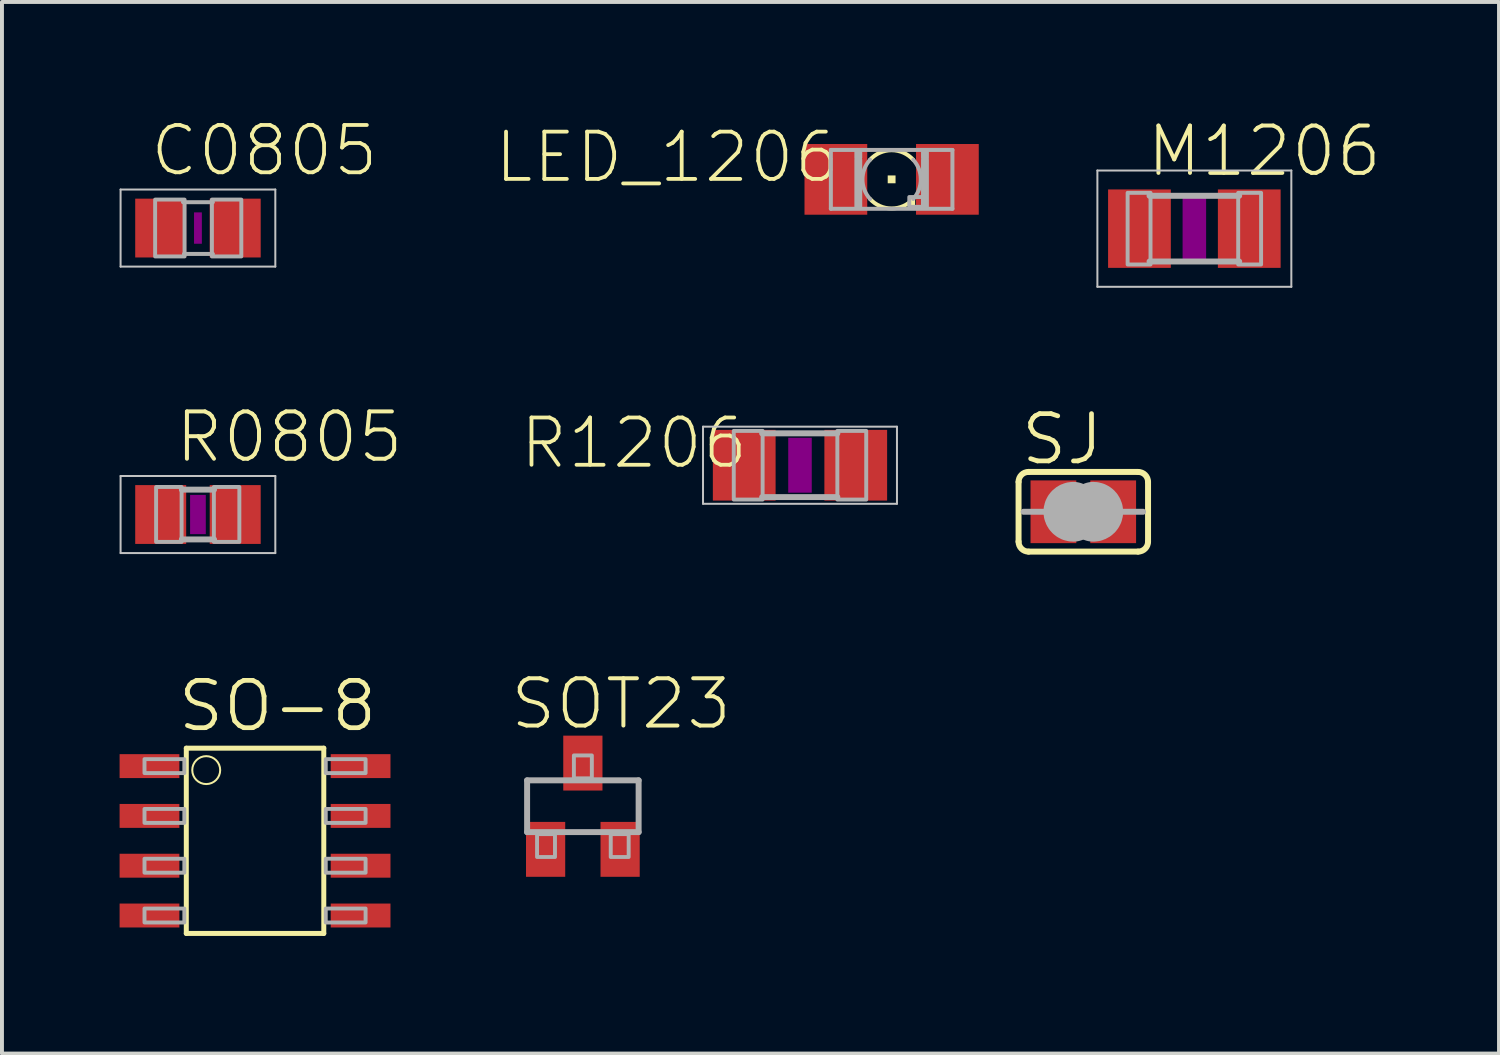
<source format=kicad_pcb>
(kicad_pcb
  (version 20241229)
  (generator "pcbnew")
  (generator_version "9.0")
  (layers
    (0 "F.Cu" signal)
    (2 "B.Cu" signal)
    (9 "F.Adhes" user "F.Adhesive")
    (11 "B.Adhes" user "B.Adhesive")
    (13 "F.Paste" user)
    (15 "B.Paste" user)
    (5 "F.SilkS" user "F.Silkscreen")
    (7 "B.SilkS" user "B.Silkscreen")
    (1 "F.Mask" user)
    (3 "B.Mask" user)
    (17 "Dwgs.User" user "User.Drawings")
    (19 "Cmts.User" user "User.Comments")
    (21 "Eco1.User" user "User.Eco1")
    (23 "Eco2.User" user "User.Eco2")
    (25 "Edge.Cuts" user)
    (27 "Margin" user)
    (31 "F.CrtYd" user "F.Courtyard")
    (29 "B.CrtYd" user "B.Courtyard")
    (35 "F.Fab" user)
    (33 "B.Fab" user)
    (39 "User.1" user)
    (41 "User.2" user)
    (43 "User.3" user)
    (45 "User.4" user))
  (footprint "SO-8"
    (layer "F.Cu")
    (at 3.454 18.392)
    (property "Reference" "SO-8" (at -2.032 -2.731 0) (layer "F.SilkS") (effects (font (size 1.206 1.206) (thickness 0.121)) (justify left bottom)))
    (attr through_hole)
    (fp_line (start -1.753 -2.362) (end -1.753 2.362) (stroke (width 0.127) (type solid)) (layer "F.SilkS"))
    (fp_line (start -1.753 2.362) (end 1.753 2.362) (stroke (width 0.127) (type solid)) (layer "F.SilkS"))
    (fp_line (start 1.753 -2.362) (end -1.753 -2.362) (stroke (width 0.127) (type solid)) (layer "F.SilkS"))
    (fp_line (start 1.753 2.362) (end 1.753 -2.362) (stroke (width 0.127) (type solid)) (layer "F.SilkS"))
    (fp_circle (center -1.245 -1.803) (end -0.889 -1.803) (stroke (width 0.051) (type solid)) (fill no) (layer "F.SilkS"))
    (fp_poly (pts (xy -2.819 -1.727) (xy -1.803 -1.727) (xy -1.803 -2.083) (xy -2.819 -2.083)) (stroke (width 0.1) (type solid)) (fill no) (layer "F.Fab"))
    (fp_poly (pts (xy -2.819 -0.457) (xy -1.803 -0.457) (xy -1.803 -0.813) (xy -2.819 -0.813)) (stroke (width 0.1) (type solid)) (fill no) (layer "F.Fab"))
    (fp_poly (pts (xy -2.819 0.813) (xy -1.803 0.813) (xy -1.803 0.457) (xy -2.819 0.457)) (stroke (width 0.1) (type solid)) (fill no) (layer "F.Fab"))
    (fp_poly (pts (xy -2.819 2.083) (xy -1.803 2.083) (xy -1.803 1.727) (xy -2.819 1.727)) (stroke (width 0.1) (type solid)) (fill no) (layer "F.Fab"))
    (fp_poly (pts (xy 1.803 -1.727) (xy 2.819 -1.727) (xy 2.819 -2.083) (xy 1.803 -2.083)) (stroke (width 0.1) (type solid)) (fill no) (layer "F.Fab"))
    (fp_poly (pts (xy 1.803 -0.457) (xy 2.819 -0.457) (xy 2.819 -0.813) (xy 1.803 -0.813)) (stroke (width 0.1) (type solid)) (fill no) (layer "F.Fab"))
    (fp_poly (pts (xy 1.803 0.813) (xy 2.819 0.813) (xy 2.819 0.457) (xy 1.803 0.457)) (stroke (width 0.1) (type solid)) (fill no) (layer "F.Fab"))
    (fp_poly (pts (xy 1.803 2.083) (xy 2.819 2.083) (xy 2.819 1.727) (xy 1.803 1.727)) (stroke (width 0.1) (type solid)) (fill no) (layer "F.Fab"))
    (pad "1" smd rect (at -2.692 -1.905) (size 1.524 0.61) (layers "F.Cu" "F.Mask" "F.Paste"))
    (pad "2" smd rect (at -2.692 -0.635) (size 1.524 0.61) (layers "F.Cu" "F.Mask" "F.Paste"))
    (pad "3" smd rect (at -2.692 0.635) (size 1.524 0.61) (layers "F.Cu" "F.Mask" "F.Paste"))
    (pad "4" smd rect (at -2.692 1.905) (size 1.524 0.61) (layers "F.Cu" "F.Mask" "F.Paste"))
    (pad "5" smd rect (at 2.692 1.905) (size 1.524 0.61) (layers "F.Cu" "F.Mask" "F.Paste"))
    (pad "6" smd rect (at 2.692 0.635) (size 1.524 0.61) (layers "F.Cu" "F.Mask" "F.Paste"))
    (pad "7" smd rect (at 2.692 -0.635) (size 1.524 0.61) (layers "F.Cu" "F.Mask" "F.Paste"))
    (pad "8" smd rect (at 2.692 -1.905) (size 1.524 0.61) (layers "F.Cu" "F.Mask" "F.Paste")))
  (footprint "SJ"
    (layer "F.Cu")
    (at 24.576 10.001)
    (property "Reference" "SJ" (at -1.651 -1.143 0) (layer "F.SilkS") (effects (font (size 1.206 1.206) (thickness 0.121)) (justify left bottom)))
    (attr through_hole)
    (fp_poly (pts (xy -0.076 0.914) (xy 0.076 0.914) (xy 0.076 -0.914) (xy -0.076 -0.914)) (stroke (width 0) (type solid)) (fill yes) (layer "F.Mask"))
    (fp_line (start -1.651 0.762) (end -1.651 -0.762) (stroke (width 0.152) (type solid)) (layer "F.SilkS"))
    (fp_line (start -1.397 -1.016) (end 1.397 -1.016) (stroke (width 0.152) (type solid)) (layer "F.SilkS"))
    (fp_line (start 1.397 1.016) (end -1.397 1.016) (stroke (width 0.152) (type solid)) (layer "F.SilkS"))
    (fp_line (start 1.651 0.762) (end 1.651 -0.762) (stroke (width 0.152) (type solid)) (layer "F.SilkS"))
    (fp_arc (start -1.651 -0.762) (mid -1.576605 -0.941605) (end -1.397 -1.016) (stroke (width 0.1524) (type solid)) (layer "F.SilkS"))
    (fp_arc (start -1.397 1.016) (mid -1.576605 0.941605) (end -1.651 0.762) (stroke (width 0.1524) (type solid)) (layer "F.SilkS"))
    (fp_arc (start 1.397 -1.016) (mid 1.576605 -0.941605) (end 1.651 -0.762) (stroke (width 0.1524) (type solid)) (layer "F.SilkS"))
    (fp_arc (start 1.651 0.762) (mid 1.576605 0.941605) (end 1.397 1.016) (stroke (width 0.1524) (type solid)) (layer "F.SilkS"))
    (fp_line (start -1.016 0) (end -1.524 0) (stroke (width 0.152) (type solid)) (layer "F.Fab"))
    (fp_line (start 1.016 0) (end 1.524 0) (stroke (width 0.152) (type solid)) (layer "F.Fab"))
    (fp_arc (start -0.254 0.127) (mid -0.381 0) (end -0.254 -0.127) (stroke (width 1.27) (type solid)) (layer "F.Fab"))
    (fp_arc (start 0.254 -0.127) (mid 0.381 0) (end 0.254 0.127) (stroke (width 1.27) (type solid)) (layer "F.Fab"))
    (pad "1" smd rect (at -0.762 0) (size 1.168 1.6) (layers "F.Cu" "F.Mask" "F.Paste"))
    (pad "2" smd rect (at 0.762 0) (size 1.168 1.6) (layers "F.Cu" "F.Mask" "F.Paste")))
  (footprint "SOT23"
    (layer "F.Cu")
    (at 11.814 17.51)
    (property "Reference" "SOT23" (at -1.905 -1.905 0) (layer "F.SilkS") (effects (font (size 1.206 1.206) (thickness 0.102)) (justify left bottom)))
    (attr through_hole)
    (fp_line (start -1.422 -0.66) (end 1.422 -0.66) (stroke (width 0.152) (type solid)) (layer "F.Fab"))
    (fp_line (start -1.422 0.66) (end -1.422 -0.66) (stroke (width 0.152) (type solid)) (layer "F.Fab"))
    (fp_line (start 1.422 -0.66) (end 1.422 0.66) (stroke (width 0.152) (type solid)) (layer "F.Fab"))
    (fp_line (start 1.422 0.66) (end -1.422 0.66) (stroke (width 0.152) (type solid)) (layer "F.Fab"))
    (fp_poly (pts (xy -1.168 1.295) (xy -0.711 1.295) (xy -0.711 0.711) (xy -1.168 0.711)) (stroke (width 0.1) (type solid)) (fill no) (layer "F.Fab"))
    (fp_poly (pts (xy -0.229 -0.711) (xy 0.229 -0.711) (xy 0.229 -1.295) (xy -0.229 -1.295)) (stroke (width 0.1) (type solid)) (fill no) (layer "F.Fab"))
    (fp_poly (pts (xy 0.711 1.295) (xy 1.168 1.295) (xy 1.168 0.711) (xy 0.711 0.711)) (stroke (width 0.1) (type solid)) (fill no) (layer "F.Fab"))
    (pad "1" smd rect (at -0.95 1.1) (size 1 1.4) (layers "F.Cu" "F.Mask" "F.Paste"))
    (pad "2" smd rect (at 0.95 1.1) (size 1 1.4) (layers "F.Cu" "F.Mask" "F.Paste"))
    (pad "3" smd rect (at 0 -1.1) (size 1 1.4) (layers "F.Cu" "F.Mask" "F.Paste")))
  (footprint "R0805"
    (layer "F.Cu")
    (at 1.998 10.071)
    (property "Reference" "R0805" (at -0.635 -1.27 0) (layer "F.SilkS") (effects (font (size 1.206 1.206) (thickness 0.102)) (justify left bottom)))
    (attr through_hole)
    (fp_poly (pts (xy -0.2 0.5) (xy 0.2 0.5) (xy 0.2 -0.5) (xy -0.2 -0.5)) (stroke (width 0) (type solid)) (fill yes) (layer "F.Adhes"))
    (fp_line (start -1.973 -0.983) (end 1.973 -0.983) (stroke (width 0.051) (type solid)) (layer "Dwgs.User"))
    (fp_line (start -1.973 0.983) (end -1.973 -0.983) (stroke (width 0.051) (type solid)) (layer "Dwgs.User"))
    (fp_line (start 1.973 -0.983) (end 1.973 0.983) (stroke (width 0.051) (type solid)) (layer "Dwgs.User"))
    (fp_line (start 1.973 0.983) (end -1.973 0.983) (stroke (width 0.051) (type solid)) (layer "Dwgs.User"))
    (fp_line (start -0.41 -0.635) (end 0.41 -0.635) (stroke (width 0.152) (type solid)) (layer "F.Fab"))
    (fp_line (start -0.41 0.635) (end 0.41 0.635) (stroke (width 0.152) (type solid)) (layer "F.Fab"))
    (fp_poly (pts (xy -1.067 0.699) (xy -0.417 0.699) (xy -0.417 -0.702) (xy -1.067 -0.702)) (stroke (width 0.1) (type solid)) (fill no) (layer "F.Fab"))
    (fp_poly (pts (xy 0.406 0.699) (xy 1.056 0.699) (xy 1.056 -0.702) (xy 0.406 -0.702)) (stroke (width 0.1) (type solid)) (fill no) (layer "F.Fab"))
    (pad "1" smd rect (at -0.95 0) (size 1.3 1.5) (layers "F.Cu" "F.Mask" "F.Paste"))
    (pad "2" smd rect (at 0.95 0) (size 1.3 1.5) (layers "F.Cu" "F.Mask" "F.Paste")))
  (footprint "LED_1206"
    (layer "F.Cu")
    (at 19.688 1.524)
    (property "Reference" "LED_1206" (at -1.27 -1.27 180) (layer "F.SilkS") (effects (font (size 1.206 1.206) (thickness 0.097)) (justify right top)))
    (attr through_hole)
    (fp_arc (start -0.55 -0.5) (mid 0 -0.743303) (end 0.55 -0.5) (stroke (width 0.1016) (type solid)) (layer "F.SilkS"))
    (fp_arc (start 0.55 0.5) (mid 0 0.743303) (end -0.55 0.5) (stroke (width 0.1016) (type solid)) (layer "F.SilkS"))
    (fp_poly (pts (xy -0.1 0.1) (xy 0.1 0.1) (xy 0.1 -0.1) (xy -0.1 -0.1)) (stroke (width 0) (type solid)) (fill yes) (layer "F.SilkS"))
    (fp_poly (pts (xy 0.45 0.7) (xy 0.6 0.7) (xy 0.6 0.45) (xy 0.45 0.45)) (stroke (width 0) (type solid)) (fill yes) (layer "F.SilkS"))
    (fp_line (start -1.55 -0.75) (end 1.55 -0.75) (stroke (width 0.102) (type solid)) (layer "F.Fab"))
    (fp_line (start -1.55 0.75) (end -1.55 -0.75) (stroke (width 0.102) (type solid)) (layer "F.Fab"))
    (fp_line (start 1.55 -0.75) (end 1.55 0.75) (stroke (width 0.102) (type solid)) (layer "F.Fab"))
    (fp_line (start 1.55 0.75) (end -1.55 0.75) (stroke (width 0.102) (type solid)) (layer "F.Fab"))
    (fp_arc (start -0.55 0.5) (mid -0.743303 0) (end -0.55 -0.5) (stroke (width 0.1016) (type solid)) (layer "F.Fab"))
    (fp_arc (start 0.55 -0.5) (mid 0.743303 0) (end 0.55 0.5) (stroke (width 0.1016) (type solid)) (layer "F.Fab"))
    (fp_poly (pts (xy -0.9 -0.55) (xy -0.8 -0.55) (xy -0.8 -0.7) (xy -0.9 -0.7)) (stroke (width 0.1) (type solid)) (fill no) (layer "F.Fab"))
    (fp_poly (pts (xy -0.9 0.7) (xy -0.8 0.7) (xy -0.8 -0.5) (xy -0.9 -0.5)) (stroke (width 0.1) (type solid)) (fill no) (layer "F.Fab"))
    (fp_poly (pts (xy 0.45 0.7) (xy 0.8 0.7) (xy 0.8 0.45) (xy 0.45 0.45)) (stroke (width 0.1) (type solid)) (fill no) (layer "F.Fab"))
    (fp_poly (pts (xy 0.8 -0.55) (xy 0.9 -0.55) (xy 0.9 -0.7) (xy 0.8 -0.7)) (stroke (width 0.1) (type solid)) (fill no) (layer "F.Fab"))
    (fp_poly (pts (xy 0.8 0.7) (xy 0.9 0.7) (xy 0.9 -0.5) (xy 0.8 -0.5)) (stroke (width 0.1) (type solid)) (fill no) (layer "F.Fab"))
    (pad "A" smd rect (at -1.422 0) (size 1.6 1.803) (layers "F.Cu" "F.Mask" "F.Paste"))
    (pad "C" smd rect (at 1.422 0) (size 1.6 1.803) (layers "F.Cu" "F.Mask" "F.Paste")))
  (footprint "R1206"
    (layer "F.Cu")
    (at 17.351 8.814)
    (property "Reference" "R1206" (at -1.27 -1.27 0) (layer "F.SilkS") (effects (font (size 1.206 1.206) (thickness 0.097)) (justify right top)))
    (attr through_hole)
    (fp_poly (pts (xy -0.3 0.7) (xy 0.3 0.7) (xy 0.3 -0.7) (xy -0.3 -0.7)) (stroke (width 0) (type solid)) (fill yes) (layer "F.Adhes"))
    (fp_line (start -2.473 -0.983) (end 2.473 -0.983) (stroke (width 0.051) (type solid)) (layer "Dwgs.User"))
    (fp_line (start -2.473 0.983) (end -2.473 -0.983) (stroke (width 0.051) (type solid)) (layer "Dwgs.User"))
    (fp_line (start 2.473 -0.983) (end 2.473 0.983) (stroke (width 0.051) (type solid)) (layer "Dwgs.User"))
    (fp_line (start 2.473 0.983) (end -2.473 0.983) (stroke (width 0.051) (type solid)) (layer "Dwgs.User"))
    (fp_line (start 0.953 -0.813) (end -0.965 -0.813) (stroke (width 0.152) (type solid)) (layer "F.Fab"))
    (fp_line (start 0.953 0.813) (end -0.965 0.813) (stroke (width 0.152) (type solid)) (layer "F.Fab"))
    (fp_poly (pts (xy -1.689 0.876) (xy -0.953 0.876) (xy -0.953 -0.876) (xy -1.689 -0.876)) (stroke (width 0.1) (type solid)) (fill no) (layer "F.Fab"))
    (fp_poly (pts (xy 0.953 0.876) (xy 1.689 0.876) (xy 1.689 -0.876) (xy 0.953 -0.876)) (stroke (width 0.1) (type solid)) (fill no) (layer "F.Fab"))
    (pad "1" smd rect (at -1.422 0) (size 1.6 1.803) (layers "F.Cu" "F.Mask" "F.Paste"))
    (pad "2" smd rect (at 1.422 0) (size 1.6 1.803) (layers "F.Cu" "F.Mask" "F.Paste")))
  (footprint "C0805"
    (layer "F.Cu")
    (at 1.998 2.766)
    (property "Reference" "C0805" (at -1.27 -1.27 0) (layer "F.SilkS") (effects (font (size 1.206 1.206) (thickness 0.097)) (justify left bottom)))
    (attr through_hole)
    (fp_poly (pts (xy -0.1 0.4) (xy 0.1 0.4) (xy 0.1 -0.4) (xy -0.1 -0.4)) (stroke (width 0) (type solid)) (fill yes) (layer "F.Adhes"))
    (fp_line (start -1.973 -0.983) (end 1.973 -0.983) (stroke (width 0.051) (type solid)) (layer "Dwgs.User"))
    (fp_line (start -1.973 0.983) (end -1.973 -0.983) (stroke (width 0.051) (type solid)) (layer "Dwgs.User"))
    (fp_line (start 1.973 -0.983) (end 1.973 0.983) (stroke (width 0.051) (type solid)) (layer "Dwgs.User"))
    (fp_line (start 1.973 0.983) (end -1.973 0.983) (stroke (width 0.051) (type solid)) (layer "Dwgs.User"))
    (fp_line (start -0.381 -0.66) (end 0.381 -0.66) (stroke (width 0.102) (type solid)) (layer "F.Fab"))
    (fp_line (start -0.356 0.66) (end 0.381 0.66) (stroke (width 0.102) (type solid)) (layer "F.Fab"))
    (fp_poly (pts (xy -1.092 0.724) (xy -0.342 0.724) (xy -0.342 -0.726) (xy -1.092 -0.726)) (stroke (width 0.1) (type solid)) (fill no) (layer "F.Fab"))
    (fp_poly (pts (xy 0.356 0.724) (xy 1.106 0.724) (xy 1.106 -0.726) (xy 0.356 -0.726)) (stroke (width 0.1) (type solid)) (fill no) (layer "F.Fab"))
    (pad "1" smd rect (at -0.95 0) (size 1.3 1.5) (layers "F.Cu" "F.Mask" "F.Paste"))
    (pad "2" smd rect (at 0.95 0) (size 1.3 1.5) (layers "F.Cu" "F.Mask" "F.Paste")))
  (footprint "M1206"
    (layer "F.Cu")
    (at 27.408 2.781)
    (property "Reference" "M1206" (at -1.27 -1.27 0) (layer "F.SilkS") (effects (font (size 1.206 1.206) (thickness 0.102)) (justify left bottom)))
    (attr through_hole)
    (fp_poly (pts (xy -0.3 0.8) (xy 0.3 0.8) (xy 0.3 -0.8) (xy -0.3 -0.8)) (stroke (width 0) (type solid)) (fill yes) (layer "F.Adhes"))
    (fp_line (start -2.473 -1.483) (end 2.473 -1.483) (stroke (width 0.051) (type solid)) (layer "Dwgs.User"))
    (fp_line (start -2.473 1.483) (end -2.473 -1.483) (stroke (width 0.051) (type solid)) (layer "Dwgs.User"))
    (fp_line (start 2.473 -1.483) (end 2.473 1.483) (stroke (width 0.051) (type solid)) (layer "Dwgs.User"))
    (fp_line (start 2.473 1.483) (end -2.473 1.483) (stroke (width 0.051) (type solid)) (layer "Dwgs.User"))
    (fp_line (start 1.143 -0.838) (end -1.143 -0.838) (stroke (width 0.152) (type solid)) (layer "F.Fab"))
    (fp_line (start 1.143 0.838) (end -1.143 0.838) (stroke (width 0.152) (type solid)) (layer "F.Fab"))
    (fp_poly (pts (xy -1.702 0.914) (xy -1.118 0.914) (xy -1.118 -0.914) (xy -1.702 -0.914)) (stroke (width 0.1) (type solid)) (fill no) (layer "F.Fab"))
    (fp_poly (pts (xy 1.118 0.914) (xy 1.702 0.914) (xy 1.702 -0.914) (xy 1.118 -0.914)) (stroke (width 0.1) (type solid)) (fill no) (layer "F.Fab"))
    (pad "1" smd rect (at -1.4 0) (size 1.6 2) (layers "F.Cu" "F.Mask" "F.Paste"))
    (pad "2" smd rect (at 1.4 0) (size 1.6 2) (layers "F.Cu" "F.Mask" "F.Paste")))
  (gr_rect
    (start -3 -3)
    (end 35.177 23.818)
    (stroke (width 0.1) (type default))
    (fill no)
    (layer "Edge.Cuts")))
</source>
